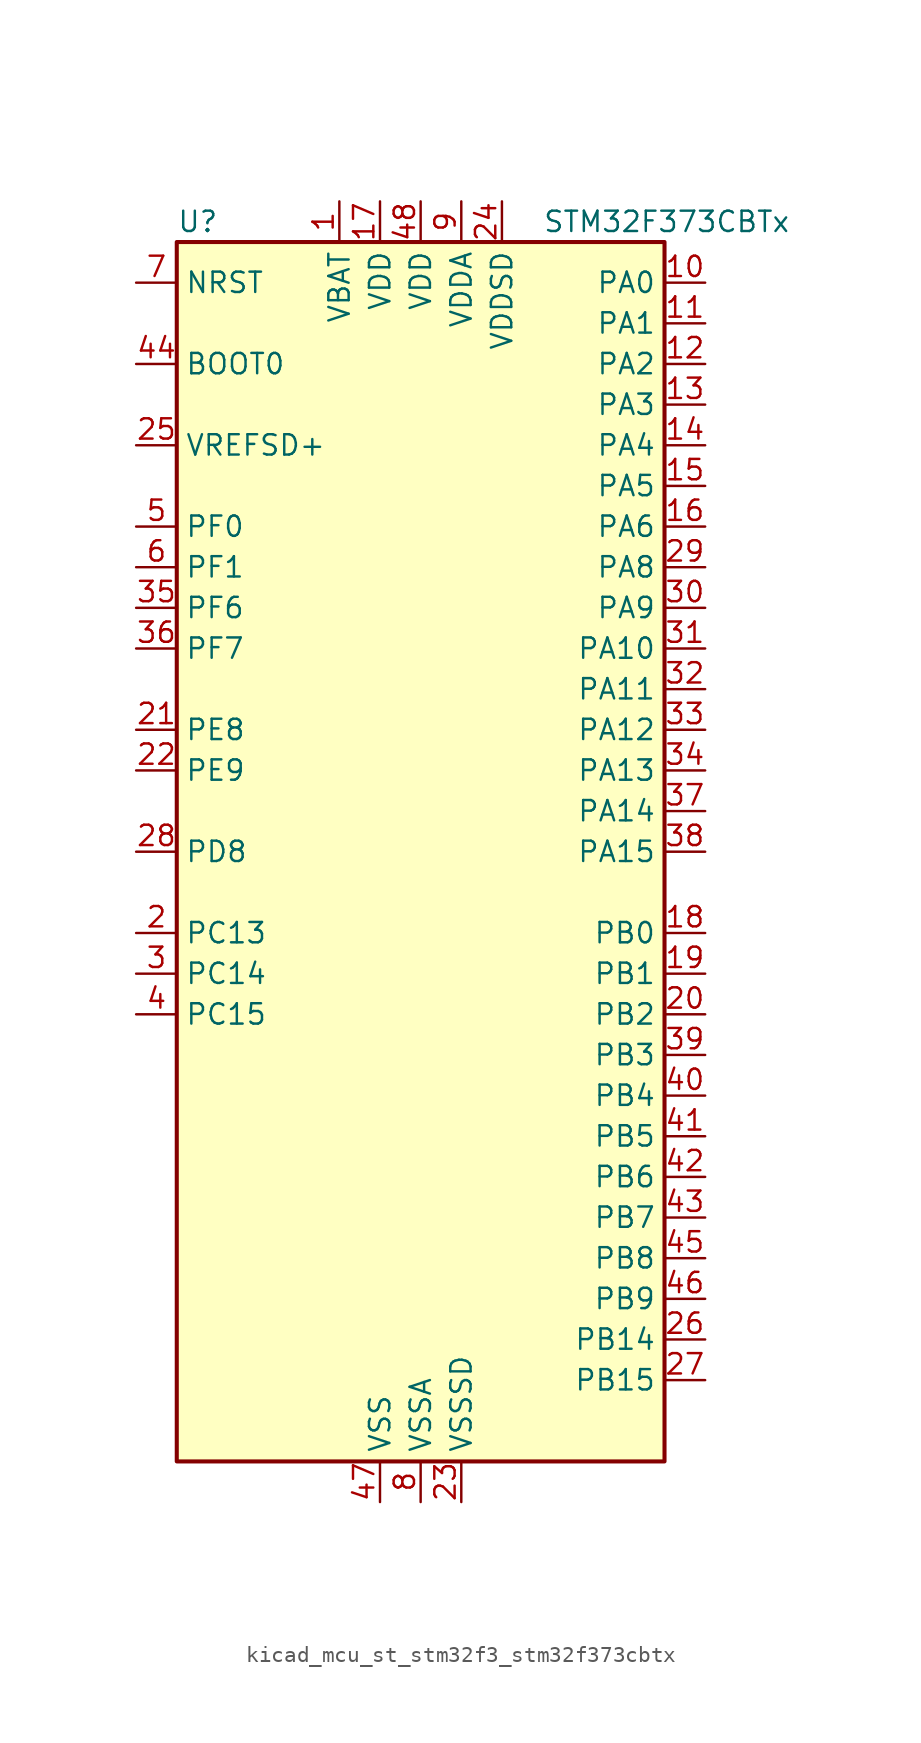
<source format=kicad_sym>
(kicad_symbol_lib
  (version 20220914)
  (generator kicad_symbol_editor)
  (symbol "kicad_mcu_st_stm32f3_stm32f373cbtx"
    (property "Reference" "U"
      (at -15.24 39.37 0)
      (effects (font (size 1.27 1.27)) (justify left)))
    (property "Value" "STM32F373CBTx"
      (at 7.62 39.37 0)
      (effects (font (size 1.27 1.27)) (justify left)))
    (property "ki_locked" ""
      (at 0 0 0)
      (effects (font (size 1.27 1.27))))
    (symbol "kicad_mcu_st_stm32f3_stm32f373cbtx_0_1"
      (rectangle (start -15.24 -38.1) (end 15.24 38.1) (stroke (width 0.254) (type default)) (fill (type background))))
    (symbol "kicad_mcu_st_stm32f3_stm32f373cbtx_1_1"
      (pin power_in line (at -5.08 40.64 270) (length 2.54) (name "VBAT" (effects (font (size 1.27 1.27)))) (number "1" (effects (font (size 1.27 1.27)))))
      (pin bidirectional line (at 17.78 35.56 180) (length 2.54) (name "PA0" (effects (font (size 1.27 1.27)))) (number "10" (effects (font (size 1.27 1.27)))) (alternate "ADC1_IN0" bidirectional line) (alternate "COMP1_INM" bidirectional line) (alternate "COMP1_OUT" bidirectional line) (alternate "RTC_TAMP2" bidirectional line) (alternate "SYS_WKUP1" bidirectional line) (alternate "TIM19_CH1" bidirectional line) (alternate "TIM2_CH1" bidirectional line) (alternate "TIM2_ETR" bidirectional line) (alternate "TIM5_CH1" bidirectional line) (alternate "TIM5_ETR" bidirectional line) (alternate "TSC_G1_IO1" bidirectional line) (alternate "USART2_CTS" bidirectional line))
      (pin bidirectional line (at 17.78 33.02 180) (length 2.54) (name "PA1" (effects (font (size 1.27 1.27)))) (number "11" (effects (font (size 1.27 1.27)))) (alternate "ADC1_IN1" bidirectional line) (alternate "COMP1_INP" bidirectional line) (alternate "I2S3_CK" bidirectional line) (alternate "RTC_REFIN" bidirectional line) (alternate "SPI3_SCK" bidirectional line) (alternate "TIM15_CH1N" bidirectional line) (alternate "TIM19_CH2" bidirectional line) (alternate "TIM2_CH2" bidirectional line) (alternate "TIM5_CH2" bidirectional line) (alternate "TSC_G1_IO2" bidirectional line) (alternate "USART2_DE" bidirectional line) (alternate "USART2_RTS" bidirectional line))
      (pin bidirectional line (at 17.78 30.48 180) (length 2.54) (name "PA2" (effects (font (size 1.27 1.27)))) (number "12" (effects (font (size 1.27 1.27)))) (alternate "ADC1_IN2" bidirectional line) (alternate "COMP2_INM" bidirectional line) (alternate "COMP2_OUT" bidirectional line) (alternate "I2S3_MCK" bidirectional line) (alternate "SPI3_MISO" bidirectional line) (alternate "TIM15_CH1" bidirectional line) (alternate "TIM19_CH3" bidirectional line) (alternate "TIM2_CH3" bidirectional line) (alternate "TIM5_CH3" bidirectional line) (alternate "TSC_G1_IO3" bidirectional line) (alternate "USART2_TX" bidirectional line))
      (pin bidirectional line (at 17.78 27.94 180) (length 2.54) (name "PA3" (effects (font (size 1.27 1.27)))) (number "13" (effects (font (size 1.27 1.27)))) (alternate "ADC1_IN3" bidirectional line) (alternate "COMP2_INP" bidirectional line) (alternate "I2S3_SD" bidirectional line) (alternate "SPI3_MOSI" bidirectional line) (alternate "TIM15_CH2" bidirectional line) (alternate "TIM19_CH4" bidirectional line) (alternate "TIM2_CH4" bidirectional line) (alternate "TIM5_CH4" bidirectional line) (alternate "TSC_G1_IO4" bidirectional line) (alternate "USART2_RX" bidirectional line))
      (pin bidirectional line (at 17.78 25.4 180) (length 2.54) (name "PA4" (effects (font (size 1.27 1.27)))) (number "14" (effects (font (size 1.27 1.27)))) (alternate "ADC1_IN4" bidirectional line) (alternate "DAC1_OUT1" bidirectional line) (alternate "I2S1_WS" bidirectional line) (alternate "I2S3_WS" bidirectional line) (alternate "SPI1_NSS" bidirectional line) (alternate "SPI3_NSS" bidirectional line) (alternate "TIM12_CH1" bidirectional line) (alternate "TIM3_CH2" bidirectional line) (alternate "TSC_G2_IO1" bidirectional line) (alternate "USART2_CK" bidirectional line))
      (pin bidirectional line (at 17.78 22.86 180) (length 2.54) (name "PA5" (effects (font (size 1.27 1.27)))) (number "15" (effects (font (size 1.27 1.27)))) (alternate "ADC1_IN5" bidirectional line) (alternate "CEC" bidirectional line) (alternate "DAC1_OUT2" bidirectional line) (alternate "I2S1_CK" bidirectional line) (alternate "SPI1_SCK" bidirectional line) (alternate "TIM12_CH2" bidirectional line) (alternate "TIM14_CH1" bidirectional line) (alternate "TIM2_CH1" bidirectional line) (alternate "TIM2_ETR" bidirectional line) (alternate "TSC_G2_IO2" bidirectional line))
      (pin bidirectional line (at 17.78 20.32 180) (length 2.54) (name "PA6" (effects (font (size 1.27 1.27)))) (number "16" (effects (font (size 1.27 1.27)))) (alternate "ADC1_IN6" bidirectional line) (alternate "COMP1_OUT" bidirectional line) (alternate "DAC2_OUT1" bidirectional line) (alternate "I2S1_MCK" bidirectional line) (alternate "SPI1_MISO" bidirectional line) (alternate "TIM13_CH1" bidirectional line) (alternate "TIM16_CH1" bidirectional line) (alternate "TIM3_CH1" bidirectional line) (alternate "TSC_G2_IO3" bidirectional line))
      (pin power_in line (at -2.54 40.64 270) (length 2.54) (name "VDD" (effects (font (size 1.27 1.27)))) (number "17" (effects (font (size 1.27 1.27)))))
      (pin bidirectional line (at 17.78 -5.08 180) (length 2.54) (name "PB0" (effects (font (size 1.27 1.27)))) (number "18" (effects (font (size 1.27 1.27)))) (alternate "ADC1_IN8" bidirectional line) (alternate "I2S1_SD" bidirectional line) (alternate "SDADC1_AIN6P" bidirectional line) (alternate "SPI1_MOSI" bidirectional line) (alternate "TIM3_CH2" bidirectional line) (alternate "TIM3_CH3" bidirectional line) (alternate "TSC_G3_IO3" bidirectional line))
      (pin bidirectional line (at 17.78 -7.62 180) (length 2.54) (name "PB1" (effects (font (size 1.27 1.27)))) (number "19" (effects (font (size 1.27 1.27)))) (alternate "ADC1_IN9" bidirectional line) (alternate "SDADC1_AIN5P" bidirectional line) (alternate "SDADC1_AIN6M" bidirectional line) (alternate "TIM3_CH4" bidirectional line) (alternate "TSC_G3_IO4" bidirectional line))
      (pin bidirectional line (at -17.78 -5.08 0) (length 2.54) (name "PC13" (effects (font (size 1.27 1.27)))) (number "2" (effects (font (size 1.27 1.27)))) (alternate "RTC_OUT_ALARM" bidirectional line) (alternate "RTC_OUT_CALIB" bidirectional line) (alternate "RTC_TAMP1" bidirectional line) (alternate "RTC_TS" bidirectional line) (alternate "SYS_WKUP2" bidirectional line))
      (pin bidirectional line (at 17.78 -10.16 180) (length 2.54) (name "PB2" (effects (font (size 1.27 1.27)))) (number "20" (effects (font (size 1.27 1.27)))) (alternate "SDADC1_AIN4P" bidirectional line) (alternate "SDADC2_AIN6P" bidirectional line))
      (pin bidirectional line (at -17.78 7.62 0) (length 2.54) (name "PE8" (effects (font (size 1.27 1.27)))) (number "21" (effects (font (size 1.27 1.27)))) (alternate "SDADC1_AIN8P" bidirectional line) (alternate "SDADC2_AIN8P" bidirectional line))
      (pin bidirectional line (at -17.78 5.08 0) (length 2.54) (name "PE9" (effects (font (size 1.27 1.27)))) (number "22" (effects (font (size 1.27 1.27)))) (alternate "DAC1_EXTI9" bidirectional line) (alternate "DAC2_EXTI9" bidirectional line) (alternate "SDADC1_AIN7P" bidirectional line) (alternate "SDADC1_AIN8M" bidirectional line) (alternate "SDADC2_AIN7P" bidirectional line) (alternate "SDADC2_AIN8M" bidirectional line))
      (pin power_in line (at 2.54 -40.64 90) (length 2.54) (name "VSSSD" (effects (font (size 1.27 1.27)))) (number "23" (effects (font (size 1.27 1.27)))))
      (pin power_in line (at 5.08 40.64 270) (length 2.54) (name "VDDSD" (effects (font (size 1.27 1.27)))) (number "24" (effects (font (size 1.27 1.27)))))
      (pin input line (at -17.78 25.4 0) (length 2.54) (name "VREFSD+" (effects (font (size 1.27 1.27)))) (number "25" (effects (font (size 1.27 1.27)))))
      (pin bidirectional line (at 17.78 -30.48 180) (length 2.54) (name "PB14" (effects (font (size 1.27 1.27)))) (number "26" (effects (font (size 1.27 1.27)))) (alternate "I2S2_MCK" bidirectional line) (alternate "SDADC3_AIN8P" bidirectional line) (alternate "SPI2_MISO" bidirectional line) (alternate "TIM12_CH1" bidirectional line) (alternate "TIM15_CH1" bidirectional line) (alternate "TSC_G6_IO1" bidirectional line) (alternate "USART3_DE" bidirectional line) (alternate "USART3_RTS" bidirectional line))
      (pin bidirectional line (at 17.78 -33.02 180) (length 2.54) (name "PB15" (effects (font (size 1.27 1.27)))) (number "27" (effects (font (size 1.27 1.27)))) (alternate "ADC1_EXTI15" bidirectional line) (alternate "I2S2_SD" bidirectional line) (alternate "RTC_REFIN" bidirectional line) (alternate "SDADC1_EXTI15" bidirectional line) (alternate "SDADC2_EXTI15" bidirectional line) (alternate "SDADC3_AIN7P" bidirectional line) (alternate "SDADC3_AIN8M" bidirectional line) (alternate "SDADC3_EXTI15" bidirectional line) (alternate "SPI2_MOSI" bidirectional line) (alternate "TIM12_CH2" bidirectional line) (alternate "TIM15_CH1N" bidirectional line) (alternate "TIM15_CH2" bidirectional line) (alternate "TSC_G6_IO2" bidirectional line))
      (pin bidirectional line (at -17.78 0 0) (length 2.54) (name "PD8" (effects (font (size 1.27 1.27)))) (number "28" (effects (font (size 1.27 1.27)))) (alternate "I2S2_CK" bidirectional line) (alternate "SDADC3_AIN6P" bidirectional line) (alternate "SPI2_SCK" bidirectional line) (alternate "TSC_G6_IO3" bidirectional line) (alternate "USART3_TX" bidirectional line))
      (pin bidirectional line (at 17.78 17.78 180) (length 2.54) (name "PA8" (effects (font (size 1.27 1.27)))) (number "29" (effects (font (size 1.27 1.27)))) (alternate "I2C2_SMBA" bidirectional line) (alternate "I2S2_CK" bidirectional line) (alternate "RCC_MCO" bidirectional line) (alternate "SPI2_SCK" bidirectional line) (alternate "TIM4_ETR" bidirectional line) (alternate "TIM5_CH1" bidirectional line) (alternate "TIM5_ETR" bidirectional line) (alternate "USART1_CK" bidirectional line))
      (pin bidirectional line (at -17.78 -7.62 0) (length 2.54) (name "PC14" (effects (font (size 1.27 1.27)))) (number "3" (effects (font (size 1.27 1.27)))) (alternate "RCC_OSC32_IN" bidirectional line))
      (pin bidirectional line (at 17.78 15.24 180) (length 2.54) (name "PA9" (effects (font (size 1.27 1.27)))) (number "30" (effects (font (size 1.27 1.27)))) (alternate "DAC1_EXTI9" bidirectional line) (alternate "DAC2_EXTI9" bidirectional line) (alternate "I2C2_SCL" bidirectional line) (alternate "I2S2_MCK" bidirectional line) (alternate "SPI2_MISO" bidirectional line) (alternate "TIM13_CH1" bidirectional line) (alternate "TIM15_BKIN" bidirectional line) (alternate "TIM2_CH3" bidirectional line) (alternate "TSC_G4_IO1" bidirectional line) (alternate "USART1_TX" bidirectional line))
      (pin bidirectional line (at 17.78 12.7 180) (length 2.54) (name "PA10" (effects (font (size 1.27 1.27)))) (number "31" (effects (font (size 1.27 1.27)))) (alternate "I2C2_SDA" bidirectional line) (alternate "I2S2_SD" bidirectional line) (alternate "SPI2_MOSI" bidirectional line) (alternate "TIM14_CH1" bidirectional line) (alternate "TIM17_BKIN" bidirectional line) (alternate "TIM2_CH4" bidirectional line) (alternate "TSC_G4_IO2" bidirectional line) (alternate "USART1_RX" bidirectional line))
      (pin bidirectional line (at 17.78 10.16 180) (length 2.54) (name "PA11" (effects (font (size 1.27 1.27)))) (number "32" (effects (font (size 1.27 1.27)))) (alternate "ADC1_EXTI11" bidirectional line) (alternate "CAN_RX" bidirectional line) (alternate "COMP1_OUT" bidirectional line) (alternate "I2S1_WS" bidirectional line) (alternate "I2S2_WS" bidirectional line) (alternate "SDADC1_EXTI11" bidirectional line) (alternate "SDADC2_EXTI11" bidirectional line) (alternate "SDADC3_EXTI11" bidirectional line) (alternate "SPI1_NSS" bidirectional line) (alternate "SPI2_NSS" bidirectional line) (alternate "TIM4_CH1" bidirectional line) (alternate "TIM5_CH2" bidirectional line) (alternate "USART1_CTS" bidirectional line) (alternate "USB_DM" bidirectional line))
      (pin bidirectional line (at 17.78 7.62 180) (length 2.54) (name "PA12" (effects (font (size 1.27 1.27)))) (number "33" (effects (font (size 1.27 1.27)))) (alternate "CAN_TX" bidirectional line) (alternate "COMP2_OUT" bidirectional line) (alternate "I2S1_CK" bidirectional line) (alternate "SPI1_SCK" bidirectional line) (alternate "TIM16_CH1" bidirectional line) (alternate "TIM4_CH2" bidirectional line) (alternate "TIM5_CH3" bidirectional line) (alternate "USART1_DE" bidirectional line) (alternate "USART1_RTS" bidirectional line) (alternate "USB_DP" bidirectional line))
      (pin bidirectional line (at 17.78 5.08 180) (length 2.54) (name "PA13" (effects (font (size 1.27 1.27)))) (number "34" (effects (font (size 1.27 1.27)))) (alternate "I2S1_MCK" bidirectional line) (alternate "IR_OUT" bidirectional line) (alternate "SPI1_MISO" bidirectional line) (alternate "SYS_JTMS-SWDIO" bidirectional line) (alternate "TIM16_CH1N" bidirectional line) (alternate "TIM4_CH3" bidirectional line) (alternate "TIM5_CH4" bidirectional line) (alternate "TSC_G4_IO3" bidirectional line) (alternate "USART3_CTS" bidirectional line))
      (pin bidirectional line (at -17.78 15.24 0) (length 2.54) (name "PF6" (effects (font (size 1.27 1.27)))) (number "35" (effects (font (size 1.27 1.27)))) (alternate "I2C2_SCL" bidirectional line) (alternate "I2S1_SD" bidirectional line) (alternate "SPI1_MOSI" bidirectional line) (alternate "TIM4_CH4" bidirectional line) (alternate "USART3_DE" bidirectional line) (alternate "USART3_RTS" bidirectional line))
      (pin bidirectional line (at -17.78 12.7 0) (length 2.54) (name "PF7" (effects (font (size 1.27 1.27)))) (number "36" (effects (font (size 1.27 1.27)))) (alternate "I2C2_SDA" bidirectional line) (alternate "USART2_CK" bidirectional line))
      (pin bidirectional line (at 17.78 2.54 180) (length 2.54) (name "PA14" (effects (font (size 1.27 1.27)))) (number "37" (effects (font (size 1.27 1.27)))) (alternate "I2C1_SDA" bidirectional line) (alternate "SYS_JTCK-SWCLK" bidirectional line) (alternate "TIM12_CH1" bidirectional line) (alternate "TSC_G4_IO4" bidirectional line))
      (pin bidirectional line (at 17.78 0 180) (length 2.54) (name "PA15" (effects (font (size 1.27 1.27)))) (number "38" (effects (font (size 1.27 1.27)))) (alternate "ADC1_EXTI15" bidirectional line) (alternate "I2C1_SCL" bidirectional line) (alternate "I2S1_WS" bidirectional line) (alternate "I2S3_WS" bidirectional line) (alternate "SDADC1_EXTI15" bidirectional line) (alternate "SDADC2_EXTI15" bidirectional line) (alternate "SDADC3_EXTI15" bidirectional line) (alternate "SPI1_NSS" bidirectional line) (alternate "SPI3_NSS" bidirectional line) (alternate "SYS_JTDI" bidirectional line) (alternate "TIM12_CH2" bidirectional line) (alternate "TIM2_CH1" bidirectional line) (alternate "TIM2_ETR" bidirectional line) (alternate "TSC_SYNC" bidirectional line))
      (pin bidirectional line (at 17.78 -12.7 180) (length 2.54) (name "PB3" (effects (font (size 1.27 1.27)))) (number "39" (effects (font (size 1.27 1.27)))) (alternate "I2S1_CK" bidirectional line) (alternate "I2S3_CK" bidirectional line) (alternate "SPI1_SCK" bidirectional line) (alternate "SPI3_SCK" bidirectional line) (alternate "SYS_JTDO-TRACESWO" bidirectional line) (alternate "TIM13_CH1" bidirectional line) (alternate "TIM2_CH2" bidirectional line) (alternate "TIM3_ETR" bidirectional line) (alternate "TIM4_ETR" bidirectional line) (alternate "TSC_G5_IO1" bidirectional line) (alternate "USART2_TX" bidirectional line))
      (pin bidirectional line (at -17.78 -10.16 0) (length 2.54) (name "PC15" (effects (font (size 1.27 1.27)))) (number "4" (effects (font (size 1.27 1.27)))) (alternate "ADC1_EXTI15" bidirectional line) (alternate "RCC_OSC32_OUT" bidirectional line) (alternate "SDADC1_EXTI15" bidirectional line) (alternate "SDADC2_EXTI15" bidirectional line) (alternate "SDADC3_EXTI15" bidirectional line))
      (pin bidirectional line (at 17.78 -15.24 180) (length 2.54) (name "PB4" (effects (font (size 1.27 1.27)))) (number "40" (effects (font (size 1.27 1.27)))) (alternate "I2S1_MCK" bidirectional line) (alternate "I2S3_MCK" bidirectional line) (alternate "SPI1_MISO" bidirectional line) (alternate "SPI3_MISO" bidirectional line) (alternate "SYS_NJTRST" bidirectional line) (alternate "TIM15_CH1N" bidirectional line) (alternate "TIM16_CH1" bidirectional line) (alternate "TIM17_BKIN" bidirectional line) (alternate "TIM3_CH1" bidirectional line) (alternate "TSC_G5_IO2" bidirectional line) (alternate "USART2_RX" bidirectional line))
      (pin bidirectional line (at 17.78 -17.78 180) (length 2.54) (name "PB5" (effects (font (size 1.27 1.27)))) (number "41" (effects (font (size 1.27 1.27)))) (alternate "I2C1_SMBA" bidirectional line) (alternate "I2S1_SD" bidirectional line) (alternate "I2S3_SD" bidirectional line) (alternate "SPI1_MOSI" bidirectional line) (alternate "SPI3_MOSI" bidirectional line) (alternate "TIM16_BKIN" bidirectional line) (alternate "TIM17_CH1" bidirectional line) (alternate "TIM19_ETR" bidirectional line) (alternate "TIM3_CH2" bidirectional line) (alternate "USART2_CK" bidirectional line))
      (pin bidirectional line (at 17.78 -20.32 180) (length 2.54) (name "PB6" (effects (font (size 1.27 1.27)))) (number "42" (effects (font (size 1.27 1.27)))) (alternate "I2C1_SCL" bidirectional line) (alternate "TIM15_CH1" bidirectional line) (alternate "TIM16_CH1N" bidirectional line) (alternate "TIM19_CH1" bidirectional line) (alternate "TIM3_CH3" bidirectional line) (alternate "TIM4_CH1" bidirectional line) (alternate "TSC_G5_IO3" bidirectional line) (alternate "USART1_TX" bidirectional line))
      (pin bidirectional line (at 17.78 -22.86 180) (length 2.54) (name "PB7" (effects (font (size 1.27 1.27)))) (number "43" (effects (font (size 1.27 1.27)))) (alternate "I2C1_SDA" bidirectional line) (alternate "TIM15_CH2" bidirectional line) (alternate "TIM17_CH1N" bidirectional line) (alternate "TIM19_CH2" bidirectional line) (alternate "TIM3_CH4" bidirectional line) (alternate "TIM4_CH2" bidirectional line) (alternate "TSC_G5_IO4" bidirectional line) (alternate "USART1_RX" bidirectional line))
      (pin input line (at -17.78 30.48 0) (length 2.54) (name "BOOT0" (effects (font (size 1.27 1.27)))) (number "44" (effects (font (size 1.27 1.27)))))
      (pin bidirectional line (at 17.78 -25.4 180) (length 2.54) (name "PB8" (effects (font (size 1.27 1.27)))) (number "45" (effects (font (size 1.27 1.27)))) (alternate "CAN_RX" bidirectional line) (alternate "CEC" bidirectional line) (alternate "COMP1_OUT" bidirectional line) (alternate "I2C1_SCL" bidirectional line) (alternate "I2S2_CK" bidirectional line) (alternate "SPI2_SCK" bidirectional line) (alternate "TIM16_CH1" bidirectional line) (alternate "TIM19_CH3" bidirectional line) (alternate "TIM4_CH3" bidirectional line) (alternate "TSC_SYNC" bidirectional line) (alternate "USART3_TX" bidirectional line))
      (pin bidirectional line (at 17.78 -27.94 180) (length 2.54) (name "PB9" (effects (font (size 1.27 1.27)))) (number "46" (effects (font (size 1.27 1.27)))) (alternate "CAN_TX" bidirectional line) (alternate "COMP2_OUT" bidirectional line) (alternate "DAC1_EXTI9" bidirectional line) (alternate "DAC2_EXTI9" bidirectional line) (alternate "I2C1_SDA" bidirectional line) (alternate "I2S2_WS" bidirectional line) (alternate "IR_OUT" bidirectional line) (alternate "SPI2_NSS" bidirectional line) (alternate "TIM17_CH1" bidirectional line) (alternate "TIM19_CH4" bidirectional line) (alternate "TIM4_CH4" bidirectional line) (alternate "USART3_RX" bidirectional line))
      (pin power_in line (at -2.54 -40.64 90) (length 2.54) (name "VSS" (effects (font (size 1.27 1.27)))) (number "47" (effects (font (size 1.27 1.27)))))
      (pin power_in line (at 0 40.64 270) (length 2.54) (name "VDD" (effects (font (size 1.27 1.27)))) (number "48" (effects (font (size 1.27 1.27)))))
      (pin bidirectional line (at -17.78 20.32 0) (length 2.54) (name "PF0" (effects (font (size 1.27 1.27)))) (number "5" (effects (font (size 1.27 1.27)))) (alternate "I2C2_SDA" bidirectional line) (alternate "RCC_OSC_IN" bidirectional line))
      (pin bidirectional line (at -17.78 17.78 0) (length 2.54) (name "PF1" (effects (font (size 1.27 1.27)))) (number "6" (effects (font (size 1.27 1.27)))) (alternate "I2C2_SCL" bidirectional line) (alternate "RCC_OSC_OUT" bidirectional line))
      (pin input line (at -17.78 35.56 0) (length 2.54) (name "NRST" (effects (font (size 1.27 1.27)))) (number "7" (effects (font (size 1.27 1.27)))))
      (pin power_in line (at 0 -40.64 90) (length 2.54) (name "VSSA" (effects (font (size 1.27 1.27)))) (number "8" (effects (font (size 1.27 1.27)))))
      (pin power_in line (at 2.54 40.64 270) (length 2.54) (name "VDDA" (effects (font (size 1.27 1.27)))) (number "9" (effects (font (size 1.27 1.27))))))))
</source>
